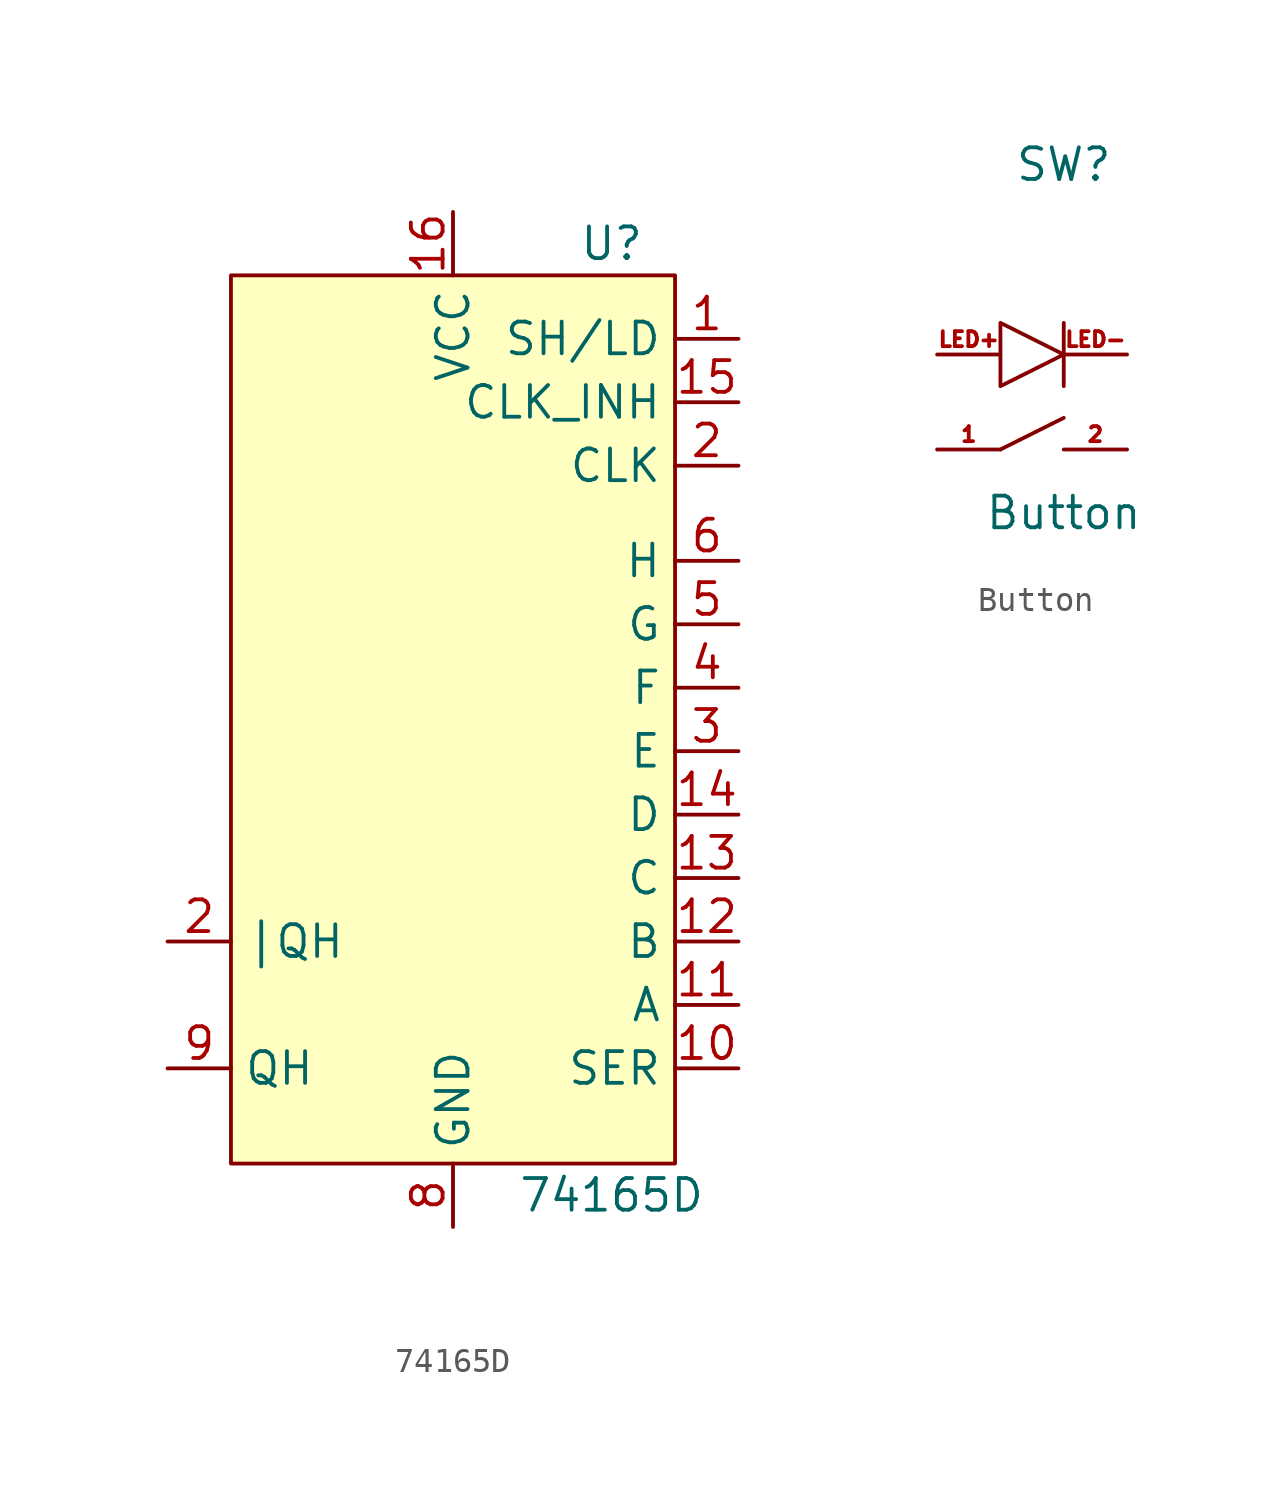
<source format=kicad_sym>
(kicad_symbol_lib
  (version 20211014)
  (generator kicad_symbol_editor)
  (symbol "74165D"
    (property "Reference" "U"
      (at 7.62 1.27 0)
      (effects (font (size 1.27 1.27))))
    (property "Value" "74165D"
      (at 7.62 -36.83 0)
      (effects (font (size 1.27 1.27))))
    (symbol "74165D_0_1"
      (rectangle (start -7.62 0) (end 10.16 -35.56) (stroke (width 0) (type default) (color 0 0 0 0)) (fill (type background))))
    (symbol "74165D_1_1"
      (pin input line (at 12.7 -2.54 180) (length 2.54) (name "SH/LD" (effects (font (size 1.27 1.27)))) (number "1" (effects (font (size 1.27 1.27)))))
      (pin input line (at 12.7 -31.75 180) (length 2.54) (name "SER" (effects (font (size 1.27 1.27)))) (number "10" (effects (font (size 1.27 1.27)))))
      (pin input line (at 12.7 -29.21 180) (length 2.54) (name "A" (effects (font (size 1.27 1.27)))) (number "11" (effects (font (size 1.27 1.27)))))
      (pin input line (at 12.7 -26.67 180) (length 2.54) (name "B" (effects (font (size 1.27 1.27)))) (number "12" (effects (font (size 1.27 1.27)))))
      (pin input line (at 12.7 -24.13 180) (length 2.54) (name "C" (effects (font (size 1.27 1.27)))) (number "13" (effects (font (size 1.27 1.27)))))
      (pin input line (at 12.7 -21.59 180) (length 2.54) (name "D" (effects (font (size 1.27 1.27)))) (number "14" (effects (font (size 1.27 1.27)))))
      (pin input line (at 12.7 -5.08 180) (length 2.54) (name "CLK_INH" (effects (font (size 1.27 1.27)))) (number "15" (effects (font (size 1.27 1.27)))))
      (pin input line (at 1.27 2.54 270) (length 2.54) (name "VCC" (effects (font (size 1.27 1.27)))) (number "16" (effects (font (size 1.27 1.27)))))
      (pin input line (at 12.7 -7.62 180) (length 2.54) (name "CLK" (effects (font (size 1.27 1.27)))) (number "2" (effects (font (size 1.27 1.27)))))
      (pin input line (at -10.16 -26.67 0) (length 2.54) (name "|QH" (effects (font (size 1.27 1.27)))) (number "2" (effects (font (size 1.27 1.27)))))
      (pin input line (at 12.7 -19.05 180) (length 2.54) (name "E" (effects (font (size 1.27 1.27)))) (number "3" (effects (font (size 1.27 1.27)))))
      (pin input line (at 12.7 -16.51 180) (length 2.54) (name "F" (effects (font (size 1.27 1.27)))) (number "4" (effects (font (size 1.27 1.27)))))
      (pin input line (at 12.7 -13.97 180) (length 2.54) (name "G" (effects (font (size 1.27 1.27)))) (number "5" (effects (font (size 1.27 1.27)))))
      (pin input line (at 12.7 -11.43 180) (length 2.54) (name "H" (effects (font (size 1.27 1.27)))) (number "6" (effects (font (size 1.27 1.27)))))
      (pin input line (at 1.27 -38.1 90) (length 2.54) (name "GND" (effects (font (size 1.27 1.27)))) (number "8" (effects (font (size 1.27 1.27)))))
      (pin input line (at -10.16 -31.75 0) (length 2.54) (name "QH" (effects (font (size 1.27 1.27)))) (number "9" (effects (font (size 1.27 1.27)))))))
  (symbol "Button"
    (property "Reference" "SW"
      (at 0 7.62 0)
      (effects (font (size 1.27 1.27))))
    (property "Value" "Button"
      (at 0 -6.35 0)
      (effects (font (size 1.27 1.27))))
    (symbol "Button_0_1"
      (polyline (pts (xy -2.54 -3.81) (xy 0 -2.54)) (stroke (width 0) (type default) (color 0 0 0 0)) (fill (type none)))
      (polyline (pts (xy 0 1.27) (xy 0 -1.27)) (stroke (width 0) (type default) (color 0 0 0 0)) (fill (type none)))
      (polyline (pts (xy -2.54 0) (xy -2.54 1.27) (xy -2.54 -1.27) (xy 0 0) (xy -2.54 1.27)) (stroke (width 0) (type default) (color 0 0 0 0)) (fill (type none))))
    (symbol "Button_1_1"
      (pin input line (at -5.08 -3.81 0) (length 2.54) (name "" (effects (font (size 0.6 0.6)))) (number "1" (effects (font (size 0.6 0.6)))))
      (pin output line (at 2.54 -3.81 180) (length 2.54) (name "" (effects (font (size 0.6 0.6)))) (number "2" (effects (font (size 0.6 0.6)))))
      (pin input line (at -5.08 0 0) (length 2.54) (name "" (effects (font (size 0.6 0.6)))) (number "LED+" (effects (font (size 0.6 0.6)))))
      (pin output line (at 2.54 0 180) (length 2.54) (name "" (effects (font (size 0.6 0.6)))) (number "LED-" (effects (font (size 0.6 0.6))))))))
</source>
